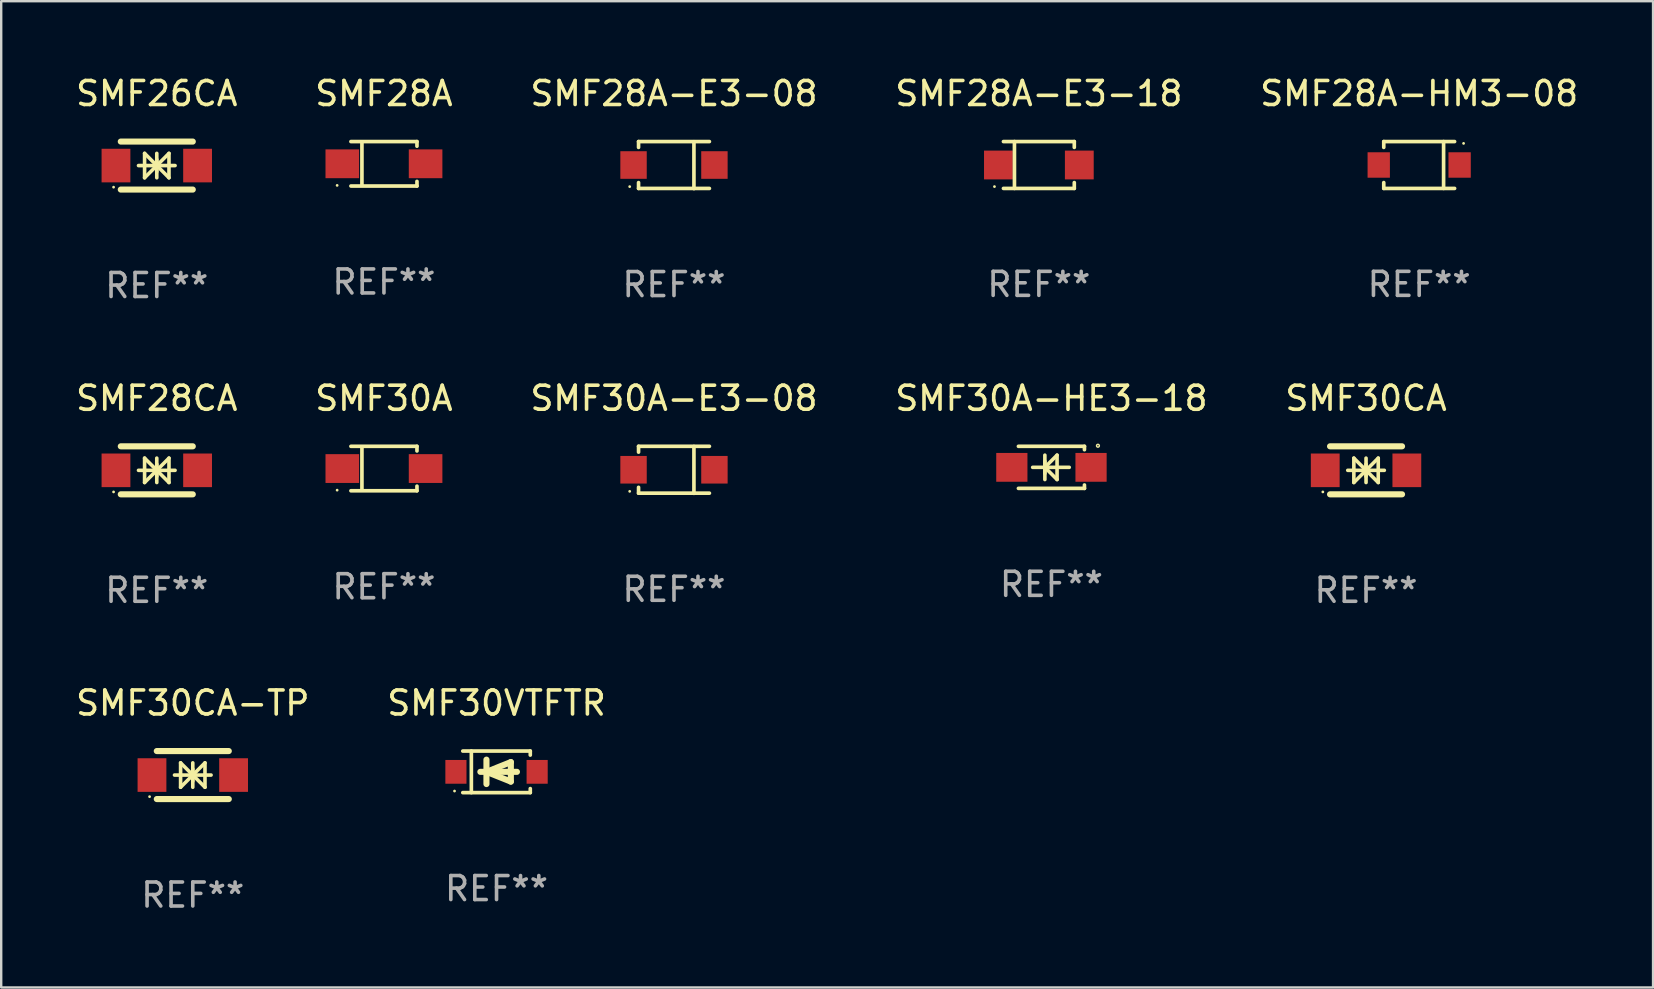
<source format=kicad_pcb>
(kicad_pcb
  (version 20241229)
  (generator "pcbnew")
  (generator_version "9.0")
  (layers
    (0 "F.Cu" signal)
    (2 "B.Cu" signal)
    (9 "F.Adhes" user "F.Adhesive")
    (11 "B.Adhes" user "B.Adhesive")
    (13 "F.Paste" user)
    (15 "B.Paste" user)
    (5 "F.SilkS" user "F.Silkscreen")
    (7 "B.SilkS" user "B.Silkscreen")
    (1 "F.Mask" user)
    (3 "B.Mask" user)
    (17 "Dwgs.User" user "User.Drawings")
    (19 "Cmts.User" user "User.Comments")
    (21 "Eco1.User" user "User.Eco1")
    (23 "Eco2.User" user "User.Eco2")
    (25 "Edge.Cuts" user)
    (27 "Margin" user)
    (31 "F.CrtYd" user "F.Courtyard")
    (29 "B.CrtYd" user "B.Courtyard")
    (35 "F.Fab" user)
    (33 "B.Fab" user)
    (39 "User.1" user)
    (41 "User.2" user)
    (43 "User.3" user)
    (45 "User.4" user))
  (footprint "SMF28CA"
    (layer "F.Cu")
    (at 3.482 16.545)
    (property "Reference" "SMF28CA" (at 0 -3 0) (layer "F.SilkS") (effects (font (size 1 1) (thickness 0.15))))
    (attr through_hole)
    (fp_line (start -1.5 -1) (end 1.5 -1) (stroke (width 0.254) (type solid)) (layer "F.SilkS"))
    (fp_line (start -1.5 1) (end 1.5 1) (stroke (width 0.254) (type solid)) (layer "F.SilkS"))
    (fp_line (start -0.762 0) (end 0.762 0) (stroke (width 0.15) (type solid)) (layer "F.SilkS"))
    (fp_line (start -0.508 -0.508) (end -0.508 0.508) (stroke (width 0.15) (type solid)) (layer "F.SilkS"))
    (fp_line (start 0 -0.508) (end 0 0.508) (stroke (width 0.15) (type solid)) (layer "F.SilkS"))
    (fp_line (start 0 0) (end -0.508 -0.508) (stroke (width 0.15) (type solid)) (layer "F.SilkS"))
    (fp_line (start 0 0) (end -0.508 0.508) (stroke (width 0.15) (type solid)) (layer "F.SilkS"))
    (fp_line (start 0 0) (end 0.508 -0.508) (stroke (width 0.15) (type solid)) (layer "F.SilkS"))
    (fp_line (start 0 0) (end 0.508 0.508) (stroke (width 0.15) (type solid)) (layer "F.SilkS"))
    (fp_line (start 0 0.254) (end 0 -0.254) (stroke (width 0.15) (type solid)) (layer "F.SilkS"))
    (fp_line (start 0.508 0.508) (end 0.508 -0.508) (stroke (width 0.15) (type solid)) (layer "F.SilkS"))
    (fp_circle (center -1.8 0.9) (end -1.77 0.9) (stroke (width 0.06) (type solid)) (fill no) (layer "F.SilkS"))
    (fp_text user "REF**" (at 0 5 0) (layer "F.Fab") (effects (font (size 1 1) (thickness 0.15))))
    (pad "1" smd rect (at -1.7 0) (size 1.2 1.4) (layers "F.Cu" "F.Mask" "F.Paste"))
    (pad "2" smd rect (at 1.7 0) (size 1.2 1.4) (layers "F.Cu" "F.Mask" "F.Paste")))
  (footprint "SMF26CA"
    (layer "F.Cu")
    (at 3.482 3.848)
    (property "Reference" "SMF26CA" (at 0 -3 0) (layer "F.SilkS") (effects (font (size 1 1) (thickness 0.15))))
    (attr through_hole)
    (fp_line (start -1.5 -1) (end 1.5 -1) (stroke (width 0.254) (type solid)) (layer "F.SilkS"))
    (fp_line (start -1.5 1) (end 1.5 1) (stroke (width 0.254) (type solid)) (layer "F.SilkS"))
    (fp_line (start -0.762 0) (end 0.762 0) (stroke (width 0.15) (type solid)) (layer "F.SilkS"))
    (fp_line (start -0.508 -0.508) (end -0.508 0.508) (stroke (width 0.15) (type solid)) (layer "F.SilkS"))
    (fp_line (start 0 -0.508) (end 0 0.508) (stroke (width 0.15) (type solid)) (layer "F.SilkS"))
    (fp_line (start 0 0) (end -0.508 -0.508) (stroke (width 0.15) (type solid)) (layer "F.SilkS"))
    (fp_line (start 0 0) (end -0.508 0.508) (stroke (width 0.15) (type solid)) (layer "F.SilkS"))
    (fp_line (start 0 0) (end 0.508 -0.508) (stroke (width 0.15) (type solid)) (layer "F.SilkS"))
    (fp_line (start 0 0) (end 0.508 0.508) (stroke (width 0.15) (type solid)) (layer "F.SilkS"))
    (fp_line (start 0 0.254) (end 0 -0.254) (stroke (width 0.15) (type solid)) (layer "F.SilkS"))
    (fp_line (start 0.508 0.508) (end 0.508 -0.508) (stroke (width 0.15) (type solid)) (layer "F.SilkS"))
    (fp_circle (center -1.8 0.9) (end -1.77 0.9) (stroke (width 0.06) (type solid)) (fill no) (layer "F.SilkS"))
    (fp_text user "REF**" (at 0 5 0) (layer "F.Fab") (effects (font (size 1 1) (thickness 0.15))))
    (pad "1" smd rect (at -1.7 0) (size 1.2 1.4) (layers "F.Cu" "F.Mask" "F.Paste"))
    (pad "2" smd rect (at 1.7 0) (size 1.2 1.4) (layers "F.Cu" "F.Mask" "F.Paste")))
  (footprint "SMF30CA"
    (layer "F.Cu")
    (at 53.863 16.545)
    (property "Reference" "SMF30CA" (at 0 -3 0) (layer "F.SilkS") (effects (font (size 1 1) (thickness 0.15))))
    (attr through_hole)
    (fp_line (start -1.5 -1) (end 1.5 -1) (stroke (width 0.254) (type solid)) (layer "F.SilkS"))
    (fp_line (start -1.5 1) (end 1.5 1) (stroke (width 0.254) (type solid)) (layer "F.SilkS"))
    (fp_line (start -0.762 0) (end 0.762 0) (stroke (width 0.15) (type solid)) (layer "F.SilkS"))
    (fp_line (start -0.508 -0.508) (end -0.508 0.508) (stroke (width 0.15) (type solid)) (layer "F.SilkS"))
    (fp_line (start 0 -0.508) (end 0 0.508) (stroke (width 0.15) (type solid)) (layer "F.SilkS"))
    (fp_line (start 0 0) (end -0.508 -0.508) (stroke (width 0.15) (type solid)) (layer "F.SilkS"))
    (fp_line (start 0 0) (end -0.508 0.508) (stroke (width 0.15) (type solid)) (layer "F.SilkS"))
    (fp_line (start 0 0) (end 0.508 -0.508) (stroke (width 0.15) (type solid)) (layer "F.SilkS"))
    (fp_line (start 0 0) (end 0.508 0.508) (stroke (width 0.15) (type solid)) (layer "F.SilkS"))
    (fp_line (start 0 0.254) (end 0 -0.254) (stroke (width 0.15) (type solid)) (layer "F.SilkS"))
    (fp_line (start 0.508 0.508) (end 0.508 -0.508) (stroke (width 0.15) (type solid)) (layer "F.SilkS"))
    (fp_circle (center -1.8 0.9) (end -1.77 0.9) (stroke (width 0.06) (type solid)) (fill no) (layer "F.SilkS"))
    (fp_text user "REF**" (at 0 5 0) (layer "F.Fab") (effects (font (size 1 1) (thickness 0.15))))
    (pad "1" smd rect (at -1.7 0) (size 1.2 1.4) (layers "F.Cu" "F.Mask" "F.Paste"))
    (pad "2" smd rect (at 1.7 0) (size 1.2 1.4) (layers "F.Cu" "F.Mask" "F.Paste")))
  (footprint "SMF28A-HM3-08"
    (layer "F.Cu")
    (at 56.077 3.824)
    (property "Reference" "SMF28A-HM3-08" (at 0 -2.976 0) (layer "F.SilkS") (effects (font (size 1 1) (thickness 0.15))))
    (attr through_hole)
    (fp_line (start -1.476 -0.976) (end -1.476 -0.733) (stroke (width 0.152) (type solid)) (layer "F.SilkS"))
    (fp_line (start -1.476 0.976) (end -1.476 0.733) (stroke (width 0.152) (type solid)) (layer "F.SilkS"))
    (fp_line (start 1.017 0.976) (end 1.017 -0.976) (stroke (width 0.152) (type solid)) (layer "F.SilkS"))
    (fp_line (start 1.476 -0.976) (end -1.476 -0.976) (stroke (width 0.152) (type solid)) (layer "F.SilkS"))
    (fp_line (start 1.476 0.976) (end -1.476 0.976) (stroke (width 0.152) (type solid)) (layer "F.SilkS"))
    (fp_circle (center 1.85 -0.9) (end 1.88 -0.9) (stroke (width 0.06) (type solid)) (fill no) (layer "F.SilkS"))
    (fp_text user "REF**" (at 0 4.976 0) (layer "F.Fab") (effects (font (size 1 1) (thickness 0.15))))
    (pad "1" smd rect (at 1.685 0 180) (size 0.93 1.06) (layers "F.Cu" "F.Mask" "F.Paste"))
    (pad "2" smd rect (at -1.685 0 180) (size 0.93 1.06) (layers "F.Cu" "F.Mask" "F.Paste")))
  (footprint "SMF28A-E3-08"
    (layer "F.Cu")
    (at 25.03 3.828)
    (property "Reference" "SMF28A-E3-08" (at 0 -2.98 0) (layer "F.SilkS") (effects (font (size 1 1) (thickness 0.15))))
    (attr through_hole)
    (fp_line (start -1.476 -0.98) (end -1.476 -0.737) (stroke (width 0.152) (type solid)) (layer "F.SilkS"))
    (fp_line (start -1.476 0.973) (end -1.476 0.73) (stroke (width 0.152) (type solid)) (layer "F.SilkS"))
    (fp_line (start 0.831 0.98) (end 0.831 -0.973) (stroke (width 0.152) (type solid)) (layer "F.SilkS"))
    (fp_line (start 1.476 -0.98) (end -1.476 -0.98) (stroke (width 0.152) (type solid)) (layer "F.SilkS"))
    (fp_line (start 1.476 0.973) (end -1.476 0.973) (stroke (width 0.152) (type solid)) (layer "F.SilkS"))
    (fp_circle (center -1.845 0.897) (end -1.815 0.897) (stroke (width 0.06) (type solid)) (fill no) (layer "F.SilkS"))
    (fp_text user "REF**" (at 0 4.98 0) (layer "F.Fab") (effects (font (size 1 1) (thickness 0.15))))
    (pad "1" smd rect (at -1.685 -0.003) (size 1.1 1.15) (layers "F.Cu" "F.Mask" "F.Paste"))
    (pad "2" smd rect (at 1.685 -0.003) (size 1.1 1.15) (layers "F.Cu" "F.Mask" "F.Paste")))
  (footprint "SMF28A"
    (layer "F.Cu")
    (at 12.946 3.774)
    (property "Reference" "SMF28A" (at 0 -2.926 0) (layer "F.SilkS") (effects (font (size 1 1) (thickness 0.15))))
    (attr through_hole)
    (fp_line (start -1.376 -0.926) (end 1.376 -0.926) (stroke (width 0.152) (type solid)) (layer "F.SilkS"))
    (fp_line (start -1.376 0.926) (end 1.376 0.926) (stroke (width 0.152) (type solid)) (layer "F.SilkS"))
    (fp_line (start -0.917 -0.876) (end -0.917 0.876) (stroke (width 0.152) (type solid)) (layer "F.SilkS"))
    (fp_line (start 1.376 -0.926) (end 1.376 -0.733) (stroke (width 0.152) (type solid)) (layer "F.SilkS"))
    (fp_line (start 1.376 0.926) (end 1.376 0.733) (stroke (width 0.152) (type solid)) (layer "F.SilkS"))
    (fp_circle (center -1.95 0.9) (end -1.92 0.9) (stroke (width 0.06) (type solid)) (fill no) (layer "F.SilkS"))
    (fp_text user "REF**" (at 0 4.926 0) (layer "F.Fab") (effects (font (size 1 1) (thickness 0.15))))
    (pad "1" smd rect (at -1.735 0) (size 1.4 1.2) (layers "F.Cu" "F.Mask" "F.Paste"))
    (pad "2" smd rect (at 1.735 0) (size 1.4 1.2) (layers "F.Cu" "F.Mask" "F.Paste")))
  (footprint "SMF28A-E3-18"
    (layer "F.Cu")
    (at 40.232 3.824)
    (property "Reference" "SMF28A-E3-18" (at 0 -2.976 0) (layer "F.SilkS") (effects (font (size 1 1) (thickness 0.15))))
    (attr through_hole)
    (fp_line (start -1.476 -0.976) (end 1.476 -0.976) (stroke (width 0.152) (type solid)) (layer "F.SilkS"))
    (fp_line (start -1.476 0.976) (end 1.476 0.976) (stroke (width 0.152) (type solid)) (layer "F.SilkS"))
    (fp_line (start -1.017 -0.976) (end -1.017 0.976) (stroke (width 0.152) (type solid)) (layer "F.SilkS"))
    (fp_line (start 1.476 -0.976) (end 1.476 -0.733) (stroke (width 0.152) (type solid)) (layer "F.SilkS"))
    (fp_line (start 1.476 0.976) (end 1.476 0.733) (stroke (width 0.152) (type solid)) (layer "F.SilkS"))
    (fp_circle (center -1.85 0.9) (end -1.82 0.9) (stroke (width 0.06) (type solid)) (fill no) (layer "F.SilkS"))
    (fp_text user "REF**" (at 0 4.976 0) (layer "F.Fab") (effects (font (size 1 1) (thickness 0.15))))
    (pad "1" smd rect (at -1.685 0) (size 1.2 1.2) (layers "F.Cu" "F.Mask" "F.Paste"))
    (pad "2" smd rect (at 1.685 0) (size 1.2 1.2) (layers "F.Cu" "F.Mask" "F.Paste")))
  (footprint "SMF30A-E3-08"
    (layer "F.Cu")
    (at 25.03 16.524)
    (property "Reference" "SMF30A-E3-08" (at 0 -2.98 0) (layer "F.SilkS") (effects (font (size 1 1) (thickness 0.15))))
    (attr through_hole)
    (fp_line (start -1.476 -0.98) (end -1.476 -0.737) (stroke (width 0.152) (type solid)) (layer "F.SilkS"))
    (fp_line (start -1.476 0.973) (end -1.476 0.73) (stroke (width 0.152) (type solid)) (layer "F.SilkS"))
    (fp_line (start 0.831 0.98) (end 0.831 -0.973) (stroke (width 0.152) (type solid)) (layer "F.SilkS"))
    (fp_line (start 1.476 -0.98) (end -1.476 -0.98) (stroke (width 0.152) (type solid)) (layer "F.SilkS"))
    (fp_line (start 1.476 0.973) (end -1.476 0.973) (stroke (width 0.152) (type solid)) (layer "F.SilkS"))
    (fp_circle (center -1.845 0.897) (end -1.815 0.897) (stroke (width 0.06) (type solid)) (fill no) (layer "F.SilkS"))
    (fp_text user "REF**" (at 0 4.98 0) (layer "F.Fab") (effects (font (size 1 1) (thickness 0.15))))
    (pad "1" smd rect (at -1.685 -0.003) (size 1.1 1.15) (layers "F.Cu" "F.Mask" "F.Paste"))
    (pad "2" smd rect (at 1.685 -0.003) (size 1.1 1.15) (layers "F.Cu" "F.Mask" "F.Paste")))
  (footprint "SMF30CA-TP"
    (layer "F.Cu")
    (at 4.982 29.241)
    (property "Reference" "SMF30CA-TP" (at 0 -3 0) (layer "F.SilkS") (effects (font (size 1 1) (thickness 0.15))))
    (attr through_hole)
    (fp_line (start -1.5 -1) (end 1.5 -1) (stroke (width 0.254) (type solid)) (layer "F.SilkS"))
    (fp_line (start -1.5 1) (end 1.5 1) (stroke (width 0.254) (type solid)) (layer "F.SilkS"))
    (fp_line (start -0.762 0) (end 0.762 0) (stroke (width 0.15) (type solid)) (layer "F.SilkS"))
    (fp_line (start -0.508 -0.508) (end -0.508 0.508) (stroke (width 0.15) (type solid)) (layer "F.SilkS"))
    (fp_line (start 0 -0.508) (end 0 0.508) (stroke (width 0.15) (type solid)) (layer "F.SilkS"))
    (fp_line (start 0 0) (end -0.508 -0.508) (stroke (width 0.15) (type solid)) (layer "F.SilkS"))
    (fp_line (start 0 0) (end -0.508 0.508) (stroke (width 0.15) (type solid)) (layer "F.SilkS"))
    (fp_line (start 0 0) (end 0.508 -0.508) (stroke (width 0.15) (type solid)) (layer "F.SilkS"))
    (fp_line (start 0 0) (end 0.508 0.508) (stroke (width 0.15) (type solid)) (layer "F.SilkS"))
    (fp_line (start 0 0.254) (end 0 -0.254) (stroke (width 0.15) (type solid)) (layer "F.SilkS"))
    (fp_line (start 0.508 0.508) (end 0.508 -0.508) (stroke (width 0.15) (type solid)) (layer "F.SilkS"))
    (fp_circle (center -1.8 0.9) (end -1.77 0.9) (stroke (width 0.06) (type solid)) (fill no) (layer "F.SilkS"))
    (fp_text user "REF**" (at 0 5 0) (layer "F.Fab") (effects (font (size 1 1) (thickness 0.15))))
    (pad "1" smd rect (at -1.7 0) (size 1.2 1.4) (layers "F.Cu" "F.Mask" "F.Paste"))
    (pad "2" smd rect (at 1.7 0) (size 1.2 1.4) (layers "F.Cu" "F.Mask" "F.Paste")))
  (footprint "SMF30A"
    (layer "F.Cu")
    (at 12.946 16.471)
    (property "Reference" "SMF30A" (at 0 -2.926 0) (layer "F.SilkS") (effects (font (size 1 1) (thickness 0.15))))
    (attr through_hole)
    (fp_line (start -1.376 -0.926) (end 1.376 -0.926) (stroke (width 0.152) (type solid)) (layer "F.SilkS"))
    (fp_line (start -1.376 0.926) (end 1.376 0.926) (stroke (width 0.152) (type solid)) (layer "F.SilkS"))
    (fp_line (start -0.917 -0.876) (end -0.917 0.876) (stroke (width 0.152) (type solid)) (layer "F.SilkS"))
    (fp_line (start 1.376 -0.926) (end 1.376 -0.733) (stroke (width 0.152) (type solid)) (layer "F.SilkS"))
    (fp_line (start 1.376 0.926) (end 1.376 0.733) (stroke (width 0.152) (type solid)) (layer "F.SilkS"))
    (fp_circle (center -1.95 0.9) (end -1.92 0.9) (stroke (width 0.06) (type solid)) (fill no) (layer "F.SilkS"))
    (fp_text user "REF**" (at 0 4.926 0) (layer "F.Fab") (effects (font (size 1 1) (thickness 0.15))))
    (pad "1" smd rect (at -1.735 0) (size 1.4 1.2) (layers "F.Cu" "F.Mask" "F.Paste"))
    (pad "2" smd rect (at 1.735 0) (size 1.4 1.2) (layers "F.Cu" "F.Mask" "F.Paste")))
  (footprint "SMF30VTFTR"
    (layer "F.Cu")
    (at 17.637 29.107)
    (property "Reference" "SMF30VTFTR" (at 0 -2.866 0) (layer "F.SilkS") (effects (font (size 1 1) (thickness 0.15))))
    (attr through_hole)
    (fp_line (start -1.406 -0.866) (end 1.406 -0.866) (stroke (width 0.152) (type solid)) (layer "F.SilkS"))
    (fp_line (start -1.406 0.866) (end 1.406 0.866) (stroke (width 0.152) (type solid)) (layer "F.SilkS"))
    (fp_line (start -1.049 -0.866) (end -1.049 0.866) (stroke (width 0.152) (type solid)) (layer "F.SilkS"))
    (fp_line (start -0.674 0) (end 0.85 0) (stroke (width 0.254) (type solid)) (layer "F.SilkS"))
    (fp_line (start -0.42 -0.508) (end -0.42 0.508) (stroke (width 0.254) (type solid)) (layer "F.SilkS"))
    (fp_line (start -0.42 0) (end 0.596 -0.406) (stroke (width 0.254) (type solid)) (layer "F.SilkS"))
    (fp_line (start 0.596 -0.406) (end 0.596 0.406) (stroke (width 0.254) (type solid)) (layer "F.SilkS"))
    (fp_line (start 0.596 0.406) (end -0.42 0) (stroke (width 0.254) (type solid)) (layer "F.SilkS"))
    (fp_line (start 1.406 -0.866) (end 1.406 -0.698) (stroke (width 0.152) (type solid)) (layer "F.SilkS"))
    (fp_line (start 1.406 0.866) (end 1.406 0.698) (stroke (width 0.152) (type solid)) (layer "F.SilkS"))
    (fp_circle (center -1.75 0.8) (end -1.72 0.8) (stroke (width 0.06) (type solid)) (fill no) (layer "F.SilkS"))
    (fp_text user "REF**" (at 0 4.866 0) (layer "F.Fab") (effects (font (size 1 1) (thickness 0.15))))
    (pad "1" smd rect (at -1.692 0) (size 0.88 0.99) (layers "F.Cu" "F.Mask" "F.Paste"))
    (pad "2" smd rect (at 1.692 0) (size 0.88 0.99) (layers "F.Cu" "F.Mask" "F.Paste")))
  (footprint "SMF30A-HE3-18"
    (layer "F.Cu")
    (at 40.756 16.421)
    (property "Reference" "SMF30A-HE3-18" (at 0 -2.876 0) (layer "F.SilkS") (effects (font (size 1 1) (thickness 0.15))))
    (attr through_hole)
    (fp_line (start -1.376 -0.876) (end 1.376 -0.876) (stroke (width 0.152) (type solid)) (layer "F.SilkS"))
    (fp_line (start -1.376 0.876) (end 1.376 0.876) (stroke (width 0.152) (type solid)) (layer "F.SilkS"))
    (fp_line (start -0.782 0) (end 0.742 0) (stroke (width 0.15) (type solid)) (layer "F.SilkS"))
    (fp_line (start -0.274 -0.508) (end -0.274 0.508) (stroke (width 0.15) (type solid)) (layer "F.SilkS"))
    (fp_line (start -0.274 0) (end 0.234 -0.508) (stroke (width 0.15) (type solid)) (layer "F.SilkS"))
    (fp_line (start -0.274 0) (end 0.234 0.508) (stroke (width 0.15) (type solid)) (layer "F.SilkS"))
    (fp_line (start -0.274 0.254) (end -0.274 -0.254) (stroke (width 0.15) (type solid)) (layer "F.SilkS"))
    (fp_line (start 0.234 0.508) (end 0.234 -0.508) (stroke (width 0.15) (type solid)) (layer "F.SilkS"))
    (fp_line (start 1.376 -0.876) (end 1.375 -0.735) (stroke (width 0.152) (type solid)) (layer "F.SilkS"))
    (fp_line (start 1.376 0.876) (end 1.375 0.735) (stroke (width 0.152) (type solid)) (layer "F.SilkS"))
    (fp_circle (center 1.937 -0.9) (end 1.966 -0.9) (stroke (width 0.06) (type solid)) (fill no) (layer "F.SilkS"))
    (fp_text user "REF**" (at 0 4.876 0) (layer "F.Fab") (effects (font (size 1 1) (thickness 0.15))))
    (pad "1" smd rect (at 1.65 0 180) (size 1.3 1.2) (layers "F.Cu" "F.Mask" "F.Paste"))
    (pad "2" smd rect (at -1.65 0 180) (size 1.3 1.2) (layers "F.Cu" "F.Mask" "F.Paste")))
  (gr_rect
    (start -3 -3)
    (end 65.821 38.09)
    (stroke (width 0.1) (type default))
    (fill no)
    (layer "Edge.Cuts")))
</source>
